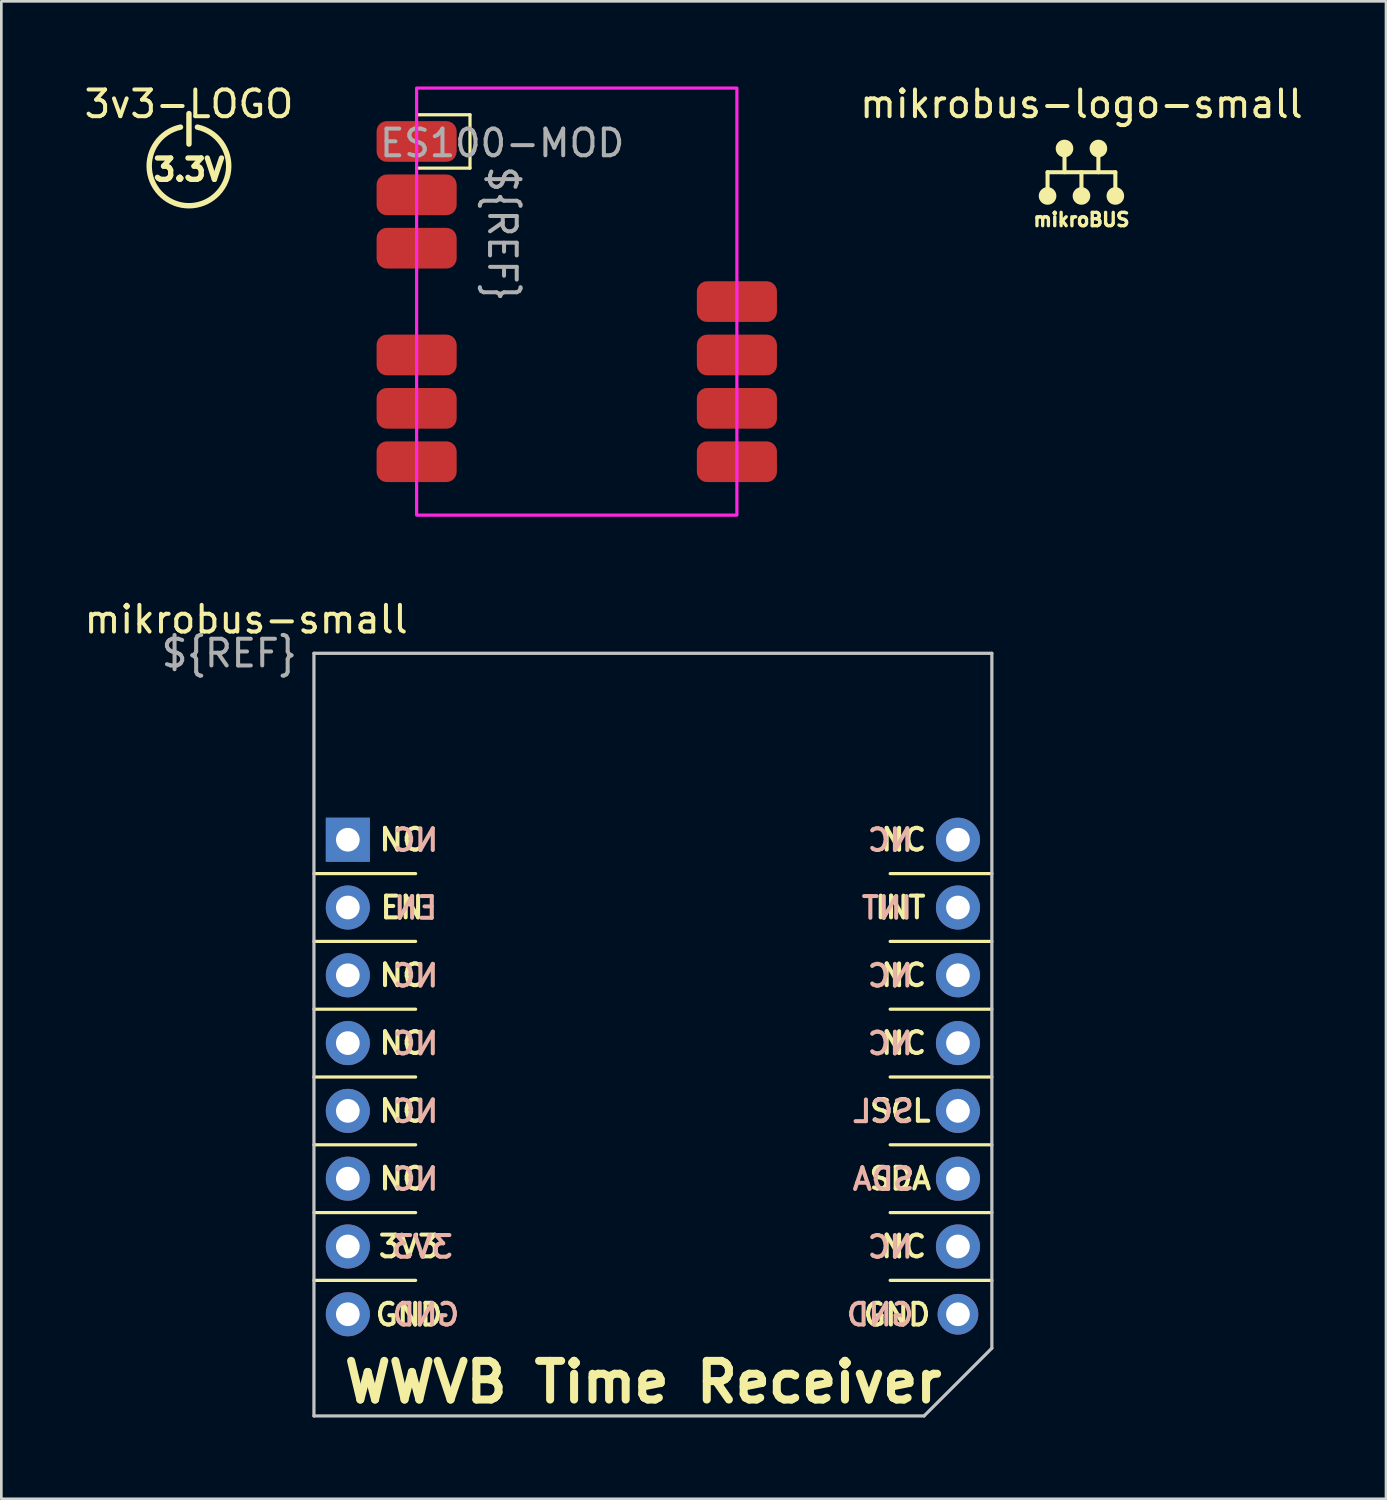
<source format=kicad_pcb>
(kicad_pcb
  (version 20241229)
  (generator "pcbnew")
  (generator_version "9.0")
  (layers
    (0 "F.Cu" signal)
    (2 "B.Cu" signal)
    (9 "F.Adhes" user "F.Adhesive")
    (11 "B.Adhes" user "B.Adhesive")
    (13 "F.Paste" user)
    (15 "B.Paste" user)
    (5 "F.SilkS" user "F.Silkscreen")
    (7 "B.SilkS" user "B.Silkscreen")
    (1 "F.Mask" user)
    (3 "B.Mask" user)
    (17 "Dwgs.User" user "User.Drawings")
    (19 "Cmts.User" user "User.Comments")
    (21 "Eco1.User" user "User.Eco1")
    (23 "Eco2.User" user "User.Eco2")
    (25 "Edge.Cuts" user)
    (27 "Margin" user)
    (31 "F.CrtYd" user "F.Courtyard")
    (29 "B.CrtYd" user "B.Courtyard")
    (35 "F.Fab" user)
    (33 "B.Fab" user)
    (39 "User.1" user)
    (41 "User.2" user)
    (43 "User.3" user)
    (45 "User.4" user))
  (footprint "mikrobus-small"
    (layer "F.Cu")
    (at 8.713 21.428)
    (property "Reference" "mikrobus-small" (at -2.54 -1.27 0) (unlocked yes) (layer "F.SilkS") (effects (font (size 1 1) (thickness 0.15))))
    (attr through_hole)
    (fp_line (start 0 8.255) (end 3.81 8.255) (stroke (width 0.12) (type solid)) (layer "F.SilkS"))
    (fp_line (start 0 10.795) (end 3.81 10.795) (stroke (width 0.12) (type solid)) (layer "F.SilkS"))
    (fp_line (start 0 13.335) (end 3.81 13.335) (stroke (width 0.12) (type solid)) (layer "F.SilkS"))
    (fp_line (start 0 15.875) (end 3.81 15.875) (stroke (width 0.12) (type solid)) (layer "F.SilkS"))
    (fp_line (start 0 18.415) (end 3.81 18.415) (stroke (width 0.12) (type solid)) (layer "F.SilkS"))
    (fp_line (start 0 20.955) (end 3.81 20.955) (stroke (width 0.12) (type solid)) (layer "F.SilkS"))
    (fp_line (start 0 23.495) (end 3.81 23.495) (stroke (width 0.12) (type solid)) (layer "F.SilkS"))
    (fp_line (start 21.59 8.255) (end 25.4 8.255) (stroke (width 0.12) (type solid)) (layer "F.SilkS"))
    (fp_line (start 21.59 10.795) (end 25.4 10.795) (stroke (width 0.12) (type solid)) (layer "F.SilkS"))
    (fp_line (start 21.59 13.335) (end 25.4 13.335) (stroke (width 0.12) (type solid)) (layer "F.SilkS"))
    (fp_line (start 21.59 15.875) (end 25.4 15.875) (stroke (width 0.12) (type solid)) (layer "F.SilkS"))
    (fp_line (start 21.59 18.415) (end 25.4 18.415) (stroke (width 0.12) (type solid)) (layer "F.SilkS"))
    (fp_line (start 21.59 20.955) (end 25.4 20.955) (stroke (width 0.12) (type solid)) (layer "F.SilkS"))
    (fp_line (start 21.59 23.495) (end 25.4 23.495) (stroke (width 0.12) (type solid)) (layer "F.SilkS"))
    (fp_line (start 0 0) (end 0 28.575) (stroke (width 0.12) (type solid)) (layer "Dwgs.User"))
    (fp_line (start 0 28.575) (end 22.86 28.575) (stroke (width 0.12) (type solid)) (layer "Dwgs.User"))
    (fp_line (start 22.86 28.575) (end 25.4 26.035) (stroke (width 0.12) (type solid)) (layer "Dwgs.User"))
    (fp_line (start 25.4 0) (end 0 0) (stroke (width 0.12) (type solid)) (layer "Dwgs.User"))
    (fp_line (start 25.4 26.035) (end 25.4 0) (stroke (width 0.12) (type solid)) (layer "Dwgs.User"))
    (fp_text user "NC" (at 22.098 22.225 0) (unlocked yes) (layer "F.SilkS") (effects (font (size 0.813 0.813) (thickness 0.152))))
    (fp_text user "GND" (at 21.848 24.781 0) (unlocked yes) (layer "F.SilkS") (effects (font (size 0.813 0.813) (thickness 0.152))))
    (fp_text user "NC" (at 3.302 6.985 0) (unlocked yes) (layer "F.SilkS") (effects (font (size 0.813 0.813) (thickness 0.152))))
    (fp_text user "NC" (at 22.098 6.985 0) (unlocked yes) (layer "F.SilkS") (effects (font (size 0.813 0.813) (thickness 0.152))))
    (fp_text user "NC" (at 3.302 17.145 0) (unlocked yes) (layer "F.SilkS") (effects (font (size 0.813 0.813) (thickness 0.152))))
    (fp_text user "INT" (at 21.971 9.525 0) (unlocked yes) (layer "F.SilkS") (effects (font (size 0.813 0.813) (thickness 0.152))))
    (fp_text user "GND" (at 3.56 24.781 0) (unlocked yes) (layer "F.SilkS") (effects (font (size 0.813 0.813) (thickness 0.152))))
    (fp_text user "SDA" (at 21.971 19.685 0) (unlocked yes) (layer "F.SilkS") (effects (font (size 0.813 0.813) (thickness 0.152))))
    (fp_text user "NC" (at 22.098 12.065 0) (unlocked yes) (layer "F.SilkS") (effects (font (size 0.813 0.813) (thickness 0.152))))
    (fp_text user "WWVB Time Receiver" (at 12.336 27.305 0) (unlocked yes) (layer "F.SilkS") (effects (font (size 1.45 1.45) (thickness 0.3))))
    (fp_text user "NC" (at 3.302 12.065 0) (unlocked yes) (layer "F.SilkS") (effects (font (size 0.813 0.813) (thickness 0.152))))
    (fp_text user "NC" (at 3.302 14.605 0) (unlocked yes) (layer "F.SilkS") (effects (font (size 0.813 0.813) (thickness 0.152))))
    (fp_text user "SCL" (at 21.971 17.145 0) (unlocked yes) (layer "F.SilkS") (effects (font (size 0.813 0.813) (thickness 0.152))))
    (fp_text user "EN" (at 3.302 9.525 0) (unlocked yes) (layer "F.SilkS") (effects (font (size 0.813 0.813) (thickness 0.152))))
    (fp_text user "3V3" (at 3.56 22.225 0) (unlocked yes) (layer "F.SilkS") (effects (font (size 0.813 0.813) (thickness 0.152))))
    (fp_text user "NC" (at 22.098 14.605 0) (unlocked yes) (layer "F.SilkS") (effects (font (size 0.813 0.813) (thickness 0.152))))
    (fp_text user "NC" (at 3.302 19.685 0) (unlocked yes) (layer "F.SilkS") (effects (font (size 0.813 0.813) (thickness 0.152))))
    (fp_text user "INT" (at 21.467 9.541 0) (unlocked yes) (layer "B.SilkS") (effects (font (size 0.813 0.813) (thickness 0.152)) (justify mirror)))
    (fp_text user "SCL" (at 21.34 17.161 0) (unlocked yes) (layer "B.SilkS") (effects (font (size 0.813 0.813) (thickness 0.152)) (justify mirror)))
    (fp_text user "NC" (at 21.594 22.241 0) (unlocked yes) (layer "B.SilkS") (effects (font (size 0.813 0.813) (thickness 0.152)) (justify mirror)))
    (fp_text user "NC" (at 21.594 7.001 0) (unlocked yes) (layer "B.SilkS") (effects (font (size 0.813 0.813) (thickness 0.152)) (justify mirror)))
    (fp_text user "NC" (at 3.814 17.161 0) (unlocked yes) (layer "B.SilkS") (effects (font (size 0.813 0.813) (thickness 0.152)) (justify mirror)))
    (fp_text user "GND" (at 21.213 24.781 0) (unlocked yes) (layer "B.SilkS") (effects (font (size 0.813 0.813) (thickness 0.152)) (justify mirror)))
    (fp_text user "SDA" (at 21.34 19.701 0) (unlocked yes) (layer "B.SilkS") (effects (font (size 0.813 0.813) (thickness 0.152)) (justify mirror)))
    (fp_text user "NC" (at 21.594 14.621 0) (unlocked yes) (layer "B.SilkS") (effects (font (size 0.813 0.813) (thickness 0.152)) (justify mirror)))
    (fp_text user "GND" (at 4.195 24.781 0) (unlocked yes) (layer "B.SilkS") (effects (font (size 0.813 0.813) (thickness 0.152)) (justify mirror)))
    (fp_text user "NC" (at 3.814 19.701 0) (unlocked yes) (layer "B.SilkS") (effects (font (size 0.813 0.813) (thickness 0.152)) (justify mirror)))
    (fp_text user "3V3" (at 4.068 22.241 0) (unlocked yes) (layer "B.SilkS") (effects (font (size 0.813 0.813) (thickness 0.152)) (justify mirror)))
    (fp_text user "NC" (at 21.594 12.081 0) (unlocked yes) (layer "B.SilkS") (effects (font (size 0.813 0.813) (thickness 0.152)) (justify mirror)))
    (fp_text user "EN" (at 3.814 9.541 0) (unlocked yes) (layer "B.SilkS") (effects (font (size 0.813 0.813) (thickness 0.152)) (justify mirror)))
    (fp_text user "NC" (at 3.814 12.081 0) (unlocked yes) (layer "B.SilkS") (effects (font (size 0.813 0.813) (thickness 0.152)) (justify mirror)))
    (fp_text user "NC" (at 3.814 14.621 0) (unlocked yes) (layer "B.SilkS") (effects (font (size 0.813 0.813) (thickness 0.152)) (justify mirror)))
    (fp_text user "NC" (at 3.814 7.001 0) (unlocked yes) (layer "B.SilkS") (effects (font (size 0.813 0.813) (thickness 0.152)) (justify mirror)))
    (fp_text user "${REF}" (at -3.175 0 0) (unlocked yes) (layer "F.Fab") (effects (font (size 1 1) (thickness 0.15))))
    (pad "1" thru_hole rect (at 1.27 6.985) (size 1.651 1.651) (drill 0.889) (layers "*.Cu" "*.Mask"))
    (pad "2" thru_hole circle (at 1.27 9.525) (size 1.651 1.651) (drill 0.889) (layers "*.Cu" "*.Mask"))
    (pad "3" thru_hole circle (at 1.27 12.065) (size 1.651 1.651) (drill 0.889) (layers "*.Cu" "*.Mask"))
    (pad "4" thru_hole circle (at 1.27 14.605) (size 1.651 1.651) (drill 0.889) (layers "*.Cu" "*.Mask"))
    (pad "5" thru_hole circle (at 1.27 17.145) (size 1.651 1.651) (drill 0.889) (layers "*.Cu" "*.Mask"))
    (pad "6" thru_hole circle (at 1.27 19.685) (size 1.651 1.651) (drill 0.889) (layers "*.Cu" "*.Mask"))
    (pad "7" thru_hole circle (at 1.27 22.225) (size 1.651 1.651) (drill 0.889) (layers "*.Cu" "*.Mask"))
    (pad "8" thru_hole circle (at 1.27 24.765) (size 1.651 1.651) (drill 0.889) (layers "*.Cu" "*.Mask"))
    (pad "9" thru_hole circle (at 24.13 6.985) (size 1.651 1.651) (drill 0.889) (layers "*.Cu" "*.Mask"))
    (pad "10" thru_hole circle (at 24.13 9.525) (size 1.651 1.651) (drill 0.889) (layers "*.Cu" "*.Mask"))
    (pad "11" thru_hole circle (at 24.13 12.065) (size 1.651 1.651) (drill 0.889) (layers "*.Cu" "*.Mask"))
    (pad "12" thru_hole circle (at 24.13 14.605) (size 1.651 1.651) (drill 0.889) (layers "*.Cu" "*.Mask"))
    (pad "13" thru_hole circle (at 24.13 17.145) (size 1.651 1.651) (drill 0.889) (layers "*.Cu" "*.Mask"))
    (pad "14" thru_hole circle (at 24.13 19.685) (size 1.651 1.651) (drill 0.889) (layers "*.Cu" "*.Mask"))
    (pad "15" thru_hole circle (at 24.13 22.225) (size 1.651 1.651) (drill 0.889) (layers "*.Cu" "*.Mask"))
    (pad "16" thru_hole circle (at 24.13 24.765) (size 1.524 1.524) (drill 0.889) (layers "*.Cu" "*.Mask")))
  (footprint "3v3-LOGO"
    (layer "F.Cu")
    (at 4.03 1.348)
    (property "Reference" "3v3-LOGO" (at 0 -0.5 0) (unlocked yes) (layer "F.SilkS") (effects (font (size 1 1) (thickness 0.15))))
    (attr smd board_only exclude_from_pos_files exclude_from_bom)
    (fp_line (start 0 -0.143) (end 0 1) (stroke (width 0.203) (type solid)) (layer "F.SilkS"))
    (fp_arc (start 0.3175 0.365) (mid 0 3.311241) (end -0.3175 0.365) (stroke (width 0.2032) (type solid)) (layer "F.SilkS"))
    (fp_text user "3.3V" (at 0 1.962 0) (layer "F.SilkS") (effects (font (size 0.8 0.8) (thickness 0.2)))))
  (footprint "ES100-MOD"
    (layer "F.Cu")
    (at 12.56 0.25)
    (property "Reference" "ES100-MOD" (at 3.206 2.063 0) (unlocked yes) (layer "F.Fab") (effects (font (size 1 1) (thickness 0.15))))
    (attr smd)
    (fp_line (start 0 1) (end 2 1) (stroke (width 0.12) (type solid)) (layer "F.SilkS"))
    (fp_line (start 2 1) (end 2 3) (stroke (width 0.12) (type solid)) (layer "F.SilkS"))
    (fp_line (start 2 3) (end 0 3) (stroke (width 0.12) (type solid)) (layer "F.SilkS"))
    (fp_rect (start 0 0) (end 12 16) (stroke (width 0.12) (type solid)) (fill no) (layer "F.CrtYd"))
    (fp_text user "${REF}" (at 3.206 5.46 270) (unlocked yes) (layer "F.Fab") (effects (font (size 1 1) (thickness 0.15))))
    (pad "1" smd roundrect (at 0 2) (size 3 1.524) (layers "F.Cu" "F.Mask" "F.Paste") (roundrect_rratio 0.25))
    (pad "2" smd roundrect (at 0 4) (size 3 1.524) (layers "F.Cu" "F.Mask" "F.Paste") (roundrect_rratio 0.25))
    (pad "3" smd roundrect (at 0 6) (size 3 1.524) (layers "F.Cu" "F.Mask" "F.Paste") (roundrect_rratio 0.25))
    (pad "4" smd roundrect (at 0 10) (size 3 1.524) (layers "F.Cu" "F.Mask" "F.Paste") (roundrect_rratio 0.25))
    (pad "5" smd roundrect (at 0 12) (size 3 1.524) (layers "F.Cu" "F.Mask" "F.Paste") (roundrect_rratio 0.25))
    (pad "6" smd roundrect (at 0 14) (size 3 1.524) (layers "F.Cu" "F.Mask" "F.Paste") (roundrect_rratio 0.25))
    (pad "7" smd roundrect (at 12 14) (size 3 1.524) (layers "F.Cu" "F.Mask" "F.Paste") (roundrect_rratio 0.25))
    (pad "8" smd roundrect (at 12 12) (size 3 1.524) (layers "F.Cu" "F.Mask" "F.Paste") (roundrect_rratio 0.25))
    (pad "9" smd roundrect (at 12 10) (size 3 1.524) (layers "F.Cu" "F.Mask" "F.Paste") (roundrect_rratio 0.25))
    (pad "10" smd roundrect (at 12 8) (size 3 1.524) (layers "F.Cu" "F.Mask" "F.Paste") (roundrect_rratio 0.25)))
  (footprint "mikrobus-logo-small"
    (layer "F.Cu")
    (at 37.47 2.848)
    (property "Reference" "mikrobus-logo-small" (at 0 -2 0) (unlocked yes) (layer "F.SilkS") (effects (font (size 1 1) (thickness 0.15))))
    (attr smd board_only exclude_from_pos_files exclude_from_bom)
    (fp_line (start -1.27 0.555) (end -1.27 1.444) (stroke (width 0.152) (type solid)) (layer "F.SilkS"))
    (fp_line (start -1.27 0.555) (end 1.27 0.555) (stroke (width 0.152) (type solid)) (layer "F.SilkS"))
    (fp_line (start -0.635 0.555) (end -0.635 -0.334) (stroke (width 0.152) (type solid)) (layer "F.SilkS"))
    (fp_line (start 0 0.555) (end 0 1.444) (stroke (width 0.152) (type solid)) (layer "F.SilkS"))
    (fp_line (start 0.635 0.555) (end 0.635 -0.334) (stroke (width 0.152) (type solid)) (layer "F.SilkS"))
    (fp_line (start 1.27 0.555) (end 1.27 1.444) (stroke (width 0.152) (type solid)) (layer "F.SilkS"))
    (fp_circle (center -1.27 1.444) (end -1.016 1.444) (stroke (width 0.152) (type solid)) (fill yes) (layer "F.SilkS"))
    (fp_circle (center -0.635 -0.334) (end -0.381 -0.334) (stroke (width 0.152) (type solid)) (fill yes) (layer "F.SilkS"))
    (fp_circle (center 0 1.444) (end 0.254 1.444) (stroke (width 0.152) (type solid)) (fill yes) (layer "F.SilkS"))
    (fp_circle (center 0.635 -0.334) (end 0.889 -0.334) (stroke (width 0.152) (type solid)) (fill yes) (layer "F.SilkS"))
    (fp_circle (center 1.27 1.444) (end 1.524 1.444) (stroke (width 0.152) (type solid)) (fill yes) (layer "F.SilkS"))
    (fp_text user "mikroBUS" (at 0 2.333 0) (layer "F.SilkS") (effects (font (size 0.5 0.5) (thickness 0.125)))))
  (gr_rect
    (start -3 -3)
    (end 48.881 53.108)
    (stroke (width 0.1) (type default))
    (fill no)
    (layer "Edge.Cuts")))
</source>
